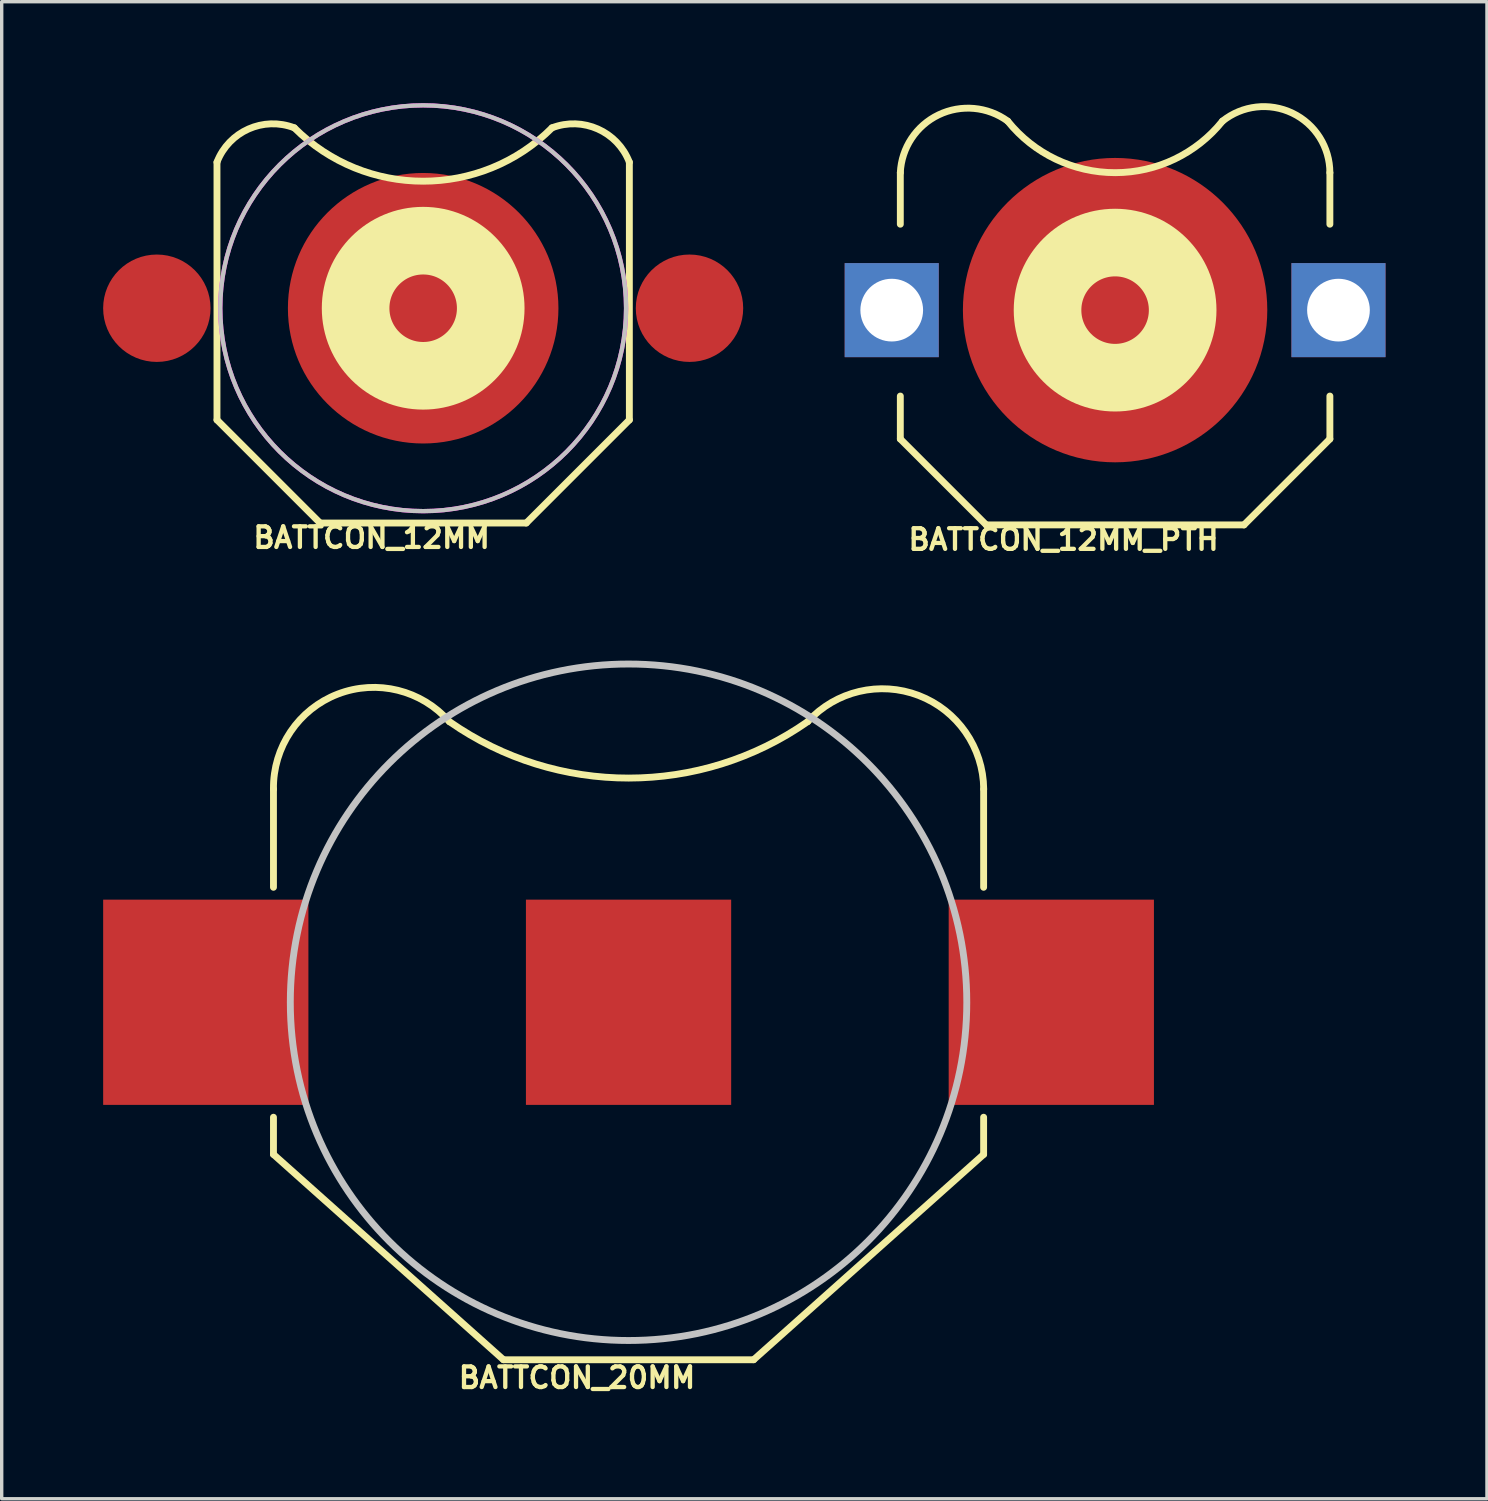
<source format=kicad_pcb>
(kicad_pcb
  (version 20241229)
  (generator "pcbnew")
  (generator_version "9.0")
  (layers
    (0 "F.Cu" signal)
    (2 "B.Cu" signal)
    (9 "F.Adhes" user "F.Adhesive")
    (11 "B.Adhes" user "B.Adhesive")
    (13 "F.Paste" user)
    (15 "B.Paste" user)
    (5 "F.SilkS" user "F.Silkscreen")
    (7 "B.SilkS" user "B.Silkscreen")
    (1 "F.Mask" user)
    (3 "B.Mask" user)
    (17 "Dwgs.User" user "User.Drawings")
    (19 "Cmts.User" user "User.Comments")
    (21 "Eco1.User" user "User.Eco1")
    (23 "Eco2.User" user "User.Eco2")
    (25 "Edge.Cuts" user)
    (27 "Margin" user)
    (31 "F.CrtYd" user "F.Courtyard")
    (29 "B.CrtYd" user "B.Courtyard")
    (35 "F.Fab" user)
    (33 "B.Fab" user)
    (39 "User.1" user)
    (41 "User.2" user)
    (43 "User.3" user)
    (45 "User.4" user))
  (footprint "BATTCON_12MM"
    (layer "F.Cu")
    (at 9.461 6.063)
    (property "Reference" "BATTCON_12MM" (at -1.524 6.782 180) (layer "F.SilkS") (effects (font (size 0.61 0.61) (thickness 0.127))))
    (attr smd)
    (fp_line (start -6.096 3.302) (end -6.096 -4.318) (stroke (width 0.203) (type solid)) (layer "F.SilkS"))
    (fp_line (start -3.048 6.35) (end -6.096 3.302) (stroke (width 0.203) (type solid)) (layer "F.SilkS"))
    (fp_line (start 3.048 6.35) (end -3.048 6.35) (stroke (width 0.203) (type solid)) (layer "F.SilkS"))
    (fp_line (start 6.096 -4.318) (end 6.096 3.302) (stroke (width 0.203) (type solid)) (layer "F.SilkS"))
    (fp_line (start 6.096 3.302) (end 3.048 6.35) (stroke (width 0.203) (type solid)) (layer "F.SilkS"))
    (fp_arc (start -6.096 -4.318) (mid -5.16342 -5.299446) (end -3.81 -5.334) (stroke (width 0.2032) (type solid)) (layer "F.SilkS"))
    (fp_arc (start 3.81 -5.334) (mid 0 -3.755846) (end -3.81 -5.334) (stroke (width 0.2032) (type solid)) (layer "F.SilkS"))
    (fp_arc (start 3.81 -5.334) (mid 5.16342 -5.299446) (end 6.096 -4.318) (stroke (width 0.2032) (type solid)) (layer "F.SilkS"))
    (fp_circle (center 0 0) (end 0 -0.998) (stroke (width 1.999) (type solid)) (fill no) (layer "F.SilkS"))
    (fp_circle (center 0 0) (end 0 -5.999) (stroke (width 0.127) (type solid)) (fill no) (layer "Dwgs.User"))
    (fp_circle (center 0 0) (end 0 -5.999) (stroke (width 0.127) (type solid)) (fill no) (layer "F.CrtYd"))
    (pad "GND" smd circle (at 0 0) (size 7.998 7.998) (layers "F.Cu" "F.Mask" "F.Paste"))
    (pad "PWR@" smd circle (at -7.874 0) (size 3.175 3.175) (layers "F.Cu" "F.Mask" "F.Paste"))
    (pad "PWR@" smd circle (at 7.874 0) (size 3.175 3.175) (layers "F.Cu" "F.Mask" "F.Paste")))
  (footprint "BATTCON_12MM_PTH"
    (layer "F.Cu")
    (at 29.918 6.119)
    (property "Reference" "BATTCON_12MM_PTH" (at -1.524 6.782 180) (layer "F.SilkS") (effects (font (size 0.61 0.61) (thickness 0.127))))
    (attr smd)
    (fp_line (start -6.35 -2.54) (end -6.35 -4.064) (stroke (width 0.203) (type solid)) (layer "F.SilkS"))
    (fp_line (start -6.35 3.81) (end -6.35 2.54) (stroke (width 0.203) (type solid)) (layer "F.SilkS"))
    (fp_line (start -6.35 3.81) (end -3.81 6.35) (stroke (width 0.203) (type solid)) (layer "F.SilkS"))
    (fp_line (start -3.81 6.35) (end 3.81 6.35) (stroke (width 0.203) (type solid)) (layer "F.SilkS"))
    (fp_line (start 3.81 6.35) (end 6.35 3.81) (stroke (width 0.203) (type solid)) (layer "F.SilkS"))
    (fp_line (start 6.35 -2.54) (end 6.35 -4.064) (stroke (width 0.203) (type solid)) (layer "F.SilkS"))
    (fp_line (start 6.35 3.81) (end 6.35 2.54) (stroke (width 0.203) (type solid)) (layer "F.SilkS"))
    (fp_arc (start -6.35 -4.064) (mid -5.21754 -5.773876) (end -3.174985 -5.589185) (stroke (width 0.2032) (type solid)) (layer "F.SilkS"))
    (fp_arc (start 3.175 -5.588) (mid 0.002439 -4.063921) (end -3.171947 -5.584196) (stroke (width 0.2032) (type solid)) (layer "F.SilkS"))
    (fp_arc (start 3.175 -5.588) (mid 5.2417 -5.825042) (end 6.35 -4.064613) (stroke (width 0.2032) (type solid)) (layer "F.SilkS"))
    (fp_circle (center 0 0) (end 0 -0.998) (stroke (width 1.999) (type solid)) (fill no) (layer "F.SilkS"))
    (pad "GND" smd circle (at 0 0) (size 8.999 8.999) (layers "F.Cu" "F.Mask" "F.Paste"))
    (pad "VCC@" thru_hole rect (at -6.604 0) (size 2.781 2.781) (drill 1.854) (layers "*.Cu" "*.Mask"))
    (pad "VCC@" thru_hole rect (at 6.604 0) (size 2.781 2.781) (drill 1.854) (layers "*.Cu" "*.Mask")))
  (footprint "BATTCON_20MM"
    (layer "F.Cu")
    (at 15.533 26.582)
    (property "Reference" "BATTCON_20MM" (at -1.524 11.1 180) (layer "F.SilkS") (effects (font (size 0.61 0.61) (thickness 0.127))))
    (attr smd)
    (fp_line (start -10.498 -6.299) (end -10.498 -3.399) (stroke (width 0.203) (type solid)) (layer "F.SilkS"))
    (fp_line (start -10.498 4.498) (end -10.498 3.399) (stroke (width 0.203) (type solid)) (layer "F.SilkS"))
    (fp_line (start -3.698 10.569) (end -10.498 4.498) (stroke (width 0.203) (type solid)) (layer "F.SilkS"))
    (fp_line (start -3.698 10.569) (end 3.698 10.569) (stroke (width 0.203) (type solid)) (layer "F.SilkS"))
    (fp_line (start 3.698 10.569) (end 10.498 4.498) (stroke (width 0.203) (type solid)) (layer "F.SilkS"))
    (fp_line (start 10.498 -6.299) (end 10.498 -3.399) (stroke (width 0.203) (type solid)) (layer "F.SilkS"))
    (fp_line (start 10.498 4.498) (end 10.498 3.399) (stroke (width 0.203) (type solid)) (layer "F.SilkS"))
    (fp_arc (start -10.49782 -6.2992) (mid -8.596027 -9.111716) (end -5.299815 -8.298053) (stroke (width 0.2032) (type solid)) (layer "F.SilkS"))
    (fp_arc (start 5.29844 -8.29818) (mid 0.006776 -6.627996) (end -5.287332 -8.290416) (stroke (width 0.2032) (type solid)) (layer "F.SilkS"))
    (fp_arc (start 5.29844 -8.29818) (mid 8.577815 -9.070348) (end 10.500564 -6.303837) (stroke (width 0.2032) (type solid)) (layer "F.SilkS"))
    (fp_circle (center 0 0) (end 0 -10) (stroke (width 0.203) (type solid)) (fill no) (layer "Dwgs.User"))
    (pad "1" smd rect (at -12.499 0) (size 6.068 6.068) (layers "F.Cu" "F.Mask" "F.Paste"))
    (pad "2" smd rect (at 0 0) (size 6.068 6.068) (layers "F.Cu" "F.Mask" "F.Paste"))
    (pad "3" smd rect (at 12.499 0) (size 6.068 6.068) (layers "F.Cu" "F.Mask" "F.Paste")))
  (gr_rect
    (start -3 -3)
    (end 40.912 41.261)
    (stroke (width 0.1) (type default))
    (fill no)
    (layer "Edge.Cuts")))
</source>
